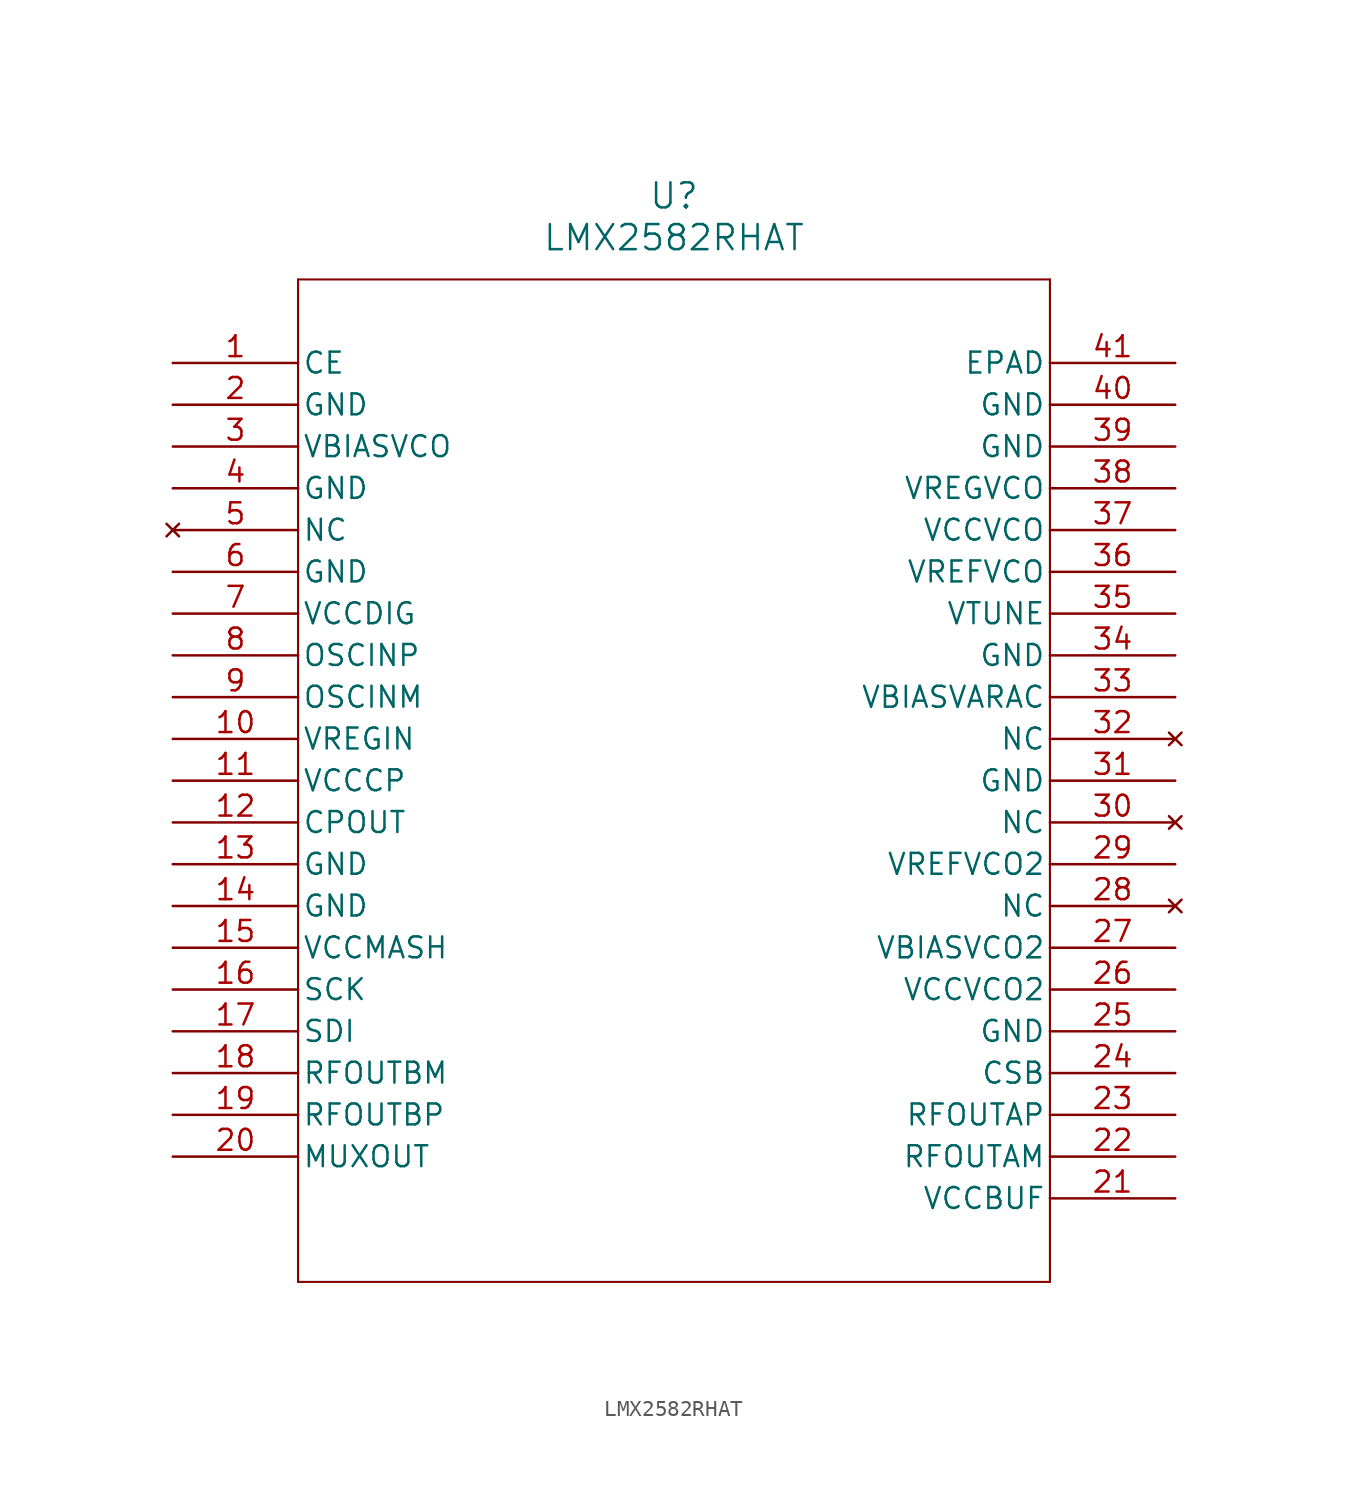
<source format=kicad_sym>
(kicad_symbol_lib
  (version 20211014)
  (generator kicad_symbol_editor)
  (symbol "LMX2582RHAT"
    (pin_names
      (offset 0.254))
    (property "Reference" "U"
      (at 30.48 10.16 0)
      (effects (font (size 1.524 1.524))))
    (property "Value" "LMX2582RHAT"
      (at 30.48 7.62 0)
      (effects (font (size 1.524 1.524))))
    (symbol "LMX2582RHAT_0_1"
      (polyline (pts (xy 7.62 5.08) (xy 7.62 -55.88)) (stroke (width 0.127) (type default) (color 0 0 0 0)) (fill (type none)))
      (polyline (pts (xy 7.62 -55.88) (xy 53.34 -55.88)) (stroke (width 0.127) (type default) (color 0 0 0 0)) (fill (type none)))
      (polyline (pts (xy 53.34 -55.88) (xy 53.34 5.08)) (stroke (width 0.127) (type default) (color 0 0 0 0)) (fill (type none)))
      (polyline (pts (xy 53.34 5.08) (xy 7.62 5.08)) (stroke (width 0.127) (type default) (color 0 0 0 0)) (fill (type none)))
      (pin input line (at 0 0 0) (length 7.62) (name "CE" (effects (font (size 1.27 1.27)))) (number "1" (effects (font (size 1.27 1.27)))))
      (pin power_in line (at 0 -2.54 0) (length 7.62) (name "GND" (effects (font (size 1.27 1.27)))) (number "2" (effects (font (size 1.27 1.27)))))
      (pin power_in line (at 0 -5.08 0) (length 7.62) (name "VBIASVCO" (effects (font (size 1.27 1.27)))) (number "3" (effects (font (size 1.27 1.27)))))
      (pin power_in line (at 0 -7.62 0) (length 7.62) (name "GND" (effects (font (size 1.27 1.27)))) (number "4" (effects (font (size 1.27 1.27)))))
      (pin no_connect line (at 0 -10.16 0) (length 7.62) (name "NC" (effects (font (size 1.27 1.27)))) (number "5" (effects (font (size 1.27 1.27)))))
      (pin power_in line (at 0 -12.7 0) (length 7.62) (name "GND" (effects (font (size 1.27 1.27)))) (number "6" (effects (font (size 1.27 1.27)))))
      (pin power_in line (at 0 -15.24 0) (length 7.62) (name "VCCDIG" (effects (font (size 1.27 1.27)))) (number "7" (effects (font (size 1.27 1.27)))))
      (pin input line (at 0 -17.78 0) (length 7.62) (name "OSCINP" (effects (font (size 1.27 1.27)))) (number "8" (effects (font (size 1.27 1.27)))))
      (pin input line (at 0 -20.32 0) (length 7.62) (name "OSCINM" (effects (font (size 1.27 1.27)))) (number "9" (effects (font (size 1.27 1.27)))))
      (pin input line (at 0 -22.86 0) (length 7.62) (name "VREGIN" (effects (font (size 1.27 1.27)))) (number "10" (effects (font (size 1.27 1.27)))))
      (pin power_in line (at 0 -25.4 0) (length 7.62) (name "VCCCP" (effects (font (size 1.27 1.27)))) (number "11" (effects (font (size 1.27 1.27)))))
      (pin output line (at 0 -27.94 0) (length 7.62) (name "CPOUT" (effects (font (size 1.27 1.27)))) (number "12" (effects (font (size 1.27 1.27)))))
      (pin power_in line (at 0 -30.48 0) (length 7.62) (name "GND" (effects (font (size 1.27 1.27)))) (number "13" (effects (font (size 1.27 1.27)))))
      (pin power_in line (at 0 -33.02 0) (length 7.62) (name "GND" (effects (font (size 1.27 1.27)))) (number "14" (effects (font (size 1.27 1.27)))))
      (pin power_in line (at 0 -35.56 0) (length 7.62) (name "VCCMASH" (effects (font (size 1.27 1.27)))) (number "15" (effects (font (size 1.27 1.27)))))
      (pin input line (at 0 -38.1 0) (length 7.62) (name "SCK" (effects (font (size 1.27 1.27)))) (number "16" (effects (font (size 1.27 1.27)))))
      (pin input line (at 0 -40.64 0) (length 7.62) (name "SDI" (effects (font (size 1.27 1.27)))) (number "17" (effects (font (size 1.27 1.27)))))
      (pin output line (at 0 -43.18 0) (length 7.62) (name "RFOUTBM" (effects (font (size 1.27 1.27)))) (number "18" (effects (font (size 1.27 1.27)))))
      (pin output line (at 0 -45.72 0) (length 7.62) (name "RFOUTBP" (effects (font (size 1.27 1.27)))) (number "19" (effects (font (size 1.27 1.27)))))
      (pin output line (at 0 -48.26 0) (length 7.62) (name "MUXOUT" (effects (font (size 1.27 1.27)))) (number "20" (effects (font (size 1.27 1.27)))))
      (pin power_in line (at 60.96 -50.8 180) (length 7.62) (name "VCCBUF" (effects (font (size 1.27 1.27)))) (number "21" (effects (font (size 1.27 1.27)))))
      (pin output line (at 60.96 -48.26 180) (length 7.62) (name "RFOUTAM" (effects (font (size 1.27 1.27)))) (number "22" (effects (font (size 1.27 1.27)))))
      (pin output line (at 60.96 -45.72 180) (length 7.62) (name "RFOUTAP" (effects (font (size 1.27 1.27)))) (number "23" (effects (font (size 1.27 1.27)))))
      (pin input line (at 60.96 -43.18 180) (length 7.62) (name "CSB" (effects (font (size 1.27 1.27)))) (number "24" (effects (font (size 1.27 1.27)))))
      (pin power_in line (at 60.96 -40.64 180) (length 7.62) (name "GND" (effects (font (size 1.27 1.27)))) (number "25" (effects (font (size 1.27 1.27)))))
      (pin power_in line (at 60.96 -38.1 180) (length 7.62) (name "VCCVCO2" (effects (font (size 1.27 1.27)))) (number "26" (effects (font (size 1.27 1.27)))))
      (pin power_in line (at 60.96 -35.56 180) (length 7.62) (name "VBIASVCO2" (effects (font (size 1.27 1.27)))) (number "27" (effects (font (size 1.27 1.27)))))
      (pin no_connect line (at 60.96 -33.02 180) (length 7.62) (name "NC" (effects (font (size 1.27 1.27)))) (number "28" (effects (font (size 1.27 1.27)))))
      (pin power_in line (at 60.96 -30.48 180) (length 7.62) (name "VREFVCO2" (effects (font (size 1.27 1.27)))) (number "29" (effects (font (size 1.27 1.27)))))
      (pin no_connect line (at 60.96 -27.94 180) (length 7.62) (name "NC" (effects (font (size 1.27 1.27)))) (number "30" (effects (font (size 1.27 1.27)))))
      (pin power_in line (at 60.96 -25.4 180) (length 7.62) (name "GND" (effects (font (size 1.27 1.27)))) (number "31" (effects (font (size 1.27 1.27)))))
      (pin no_connect line (at 60.96 -22.86 180) (length 7.62) (name "NC" (effects (font (size 1.27 1.27)))) (number "32" (effects (font (size 1.27 1.27)))))
      (pin power_in line (at 60.96 -20.32 180) (length 7.62) (name "VBIASVARAC" (effects (font (size 1.27 1.27)))) (number "33" (effects (font (size 1.27 1.27)))))
      (pin power_in line (at 60.96 -17.78 180) (length 7.62) (name "GND" (effects (font (size 1.27 1.27)))) (number "34" (effects (font (size 1.27 1.27)))))
      (pin input line (at 60.96 -15.24 180) (length 7.62) (name "VTUNE" (effects (font (size 1.27 1.27)))) (number "35" (effects (font (size 1.27 1.27)))))
      (pin power_in line (at 60.96 -12.7 180) (length 7.62) (name "VREFVCO" (effects (font (size 1.27 1.27)))) (number "36" (effects (font (size 1.27 1.27)))))
      (pin power_in line (at 60.96 -10.16 180) (length 7.62) (name "VCCVCO" (effects (font (size 1.27 1.27)))) (number "37" (effects (font (size 1.27 1.27)))))
      (pin power_in line (at 60.96 -7.62 180) (length 7.62) (name "VREGVCO" (effects (font (size 1.27 1.27)))) (number "38" (effects (font (size 1.27 1.27)))))
      (pin power_in line (at 60.96 -5.08 180) (length 7.62) (name "GND" (effects (font (size 1.27 1.27)))) (number "39" (effects (font (size 1.27 1.27)))))
      (pin power_in line (at 60.96 -2.54 180) (length 7.62) (name "GND" (effects (font (size 1.27 1.27)))) (number "40" (effects (font (size 1.27 1.27)))))
      (pin unspecified line (at 60.96 0 180) (length 7.62) (name "EPAD" (effects (font (size 1.27 1.27)))) (number "41" (effects (font (size 1.27 1.27))))))))
</source>
